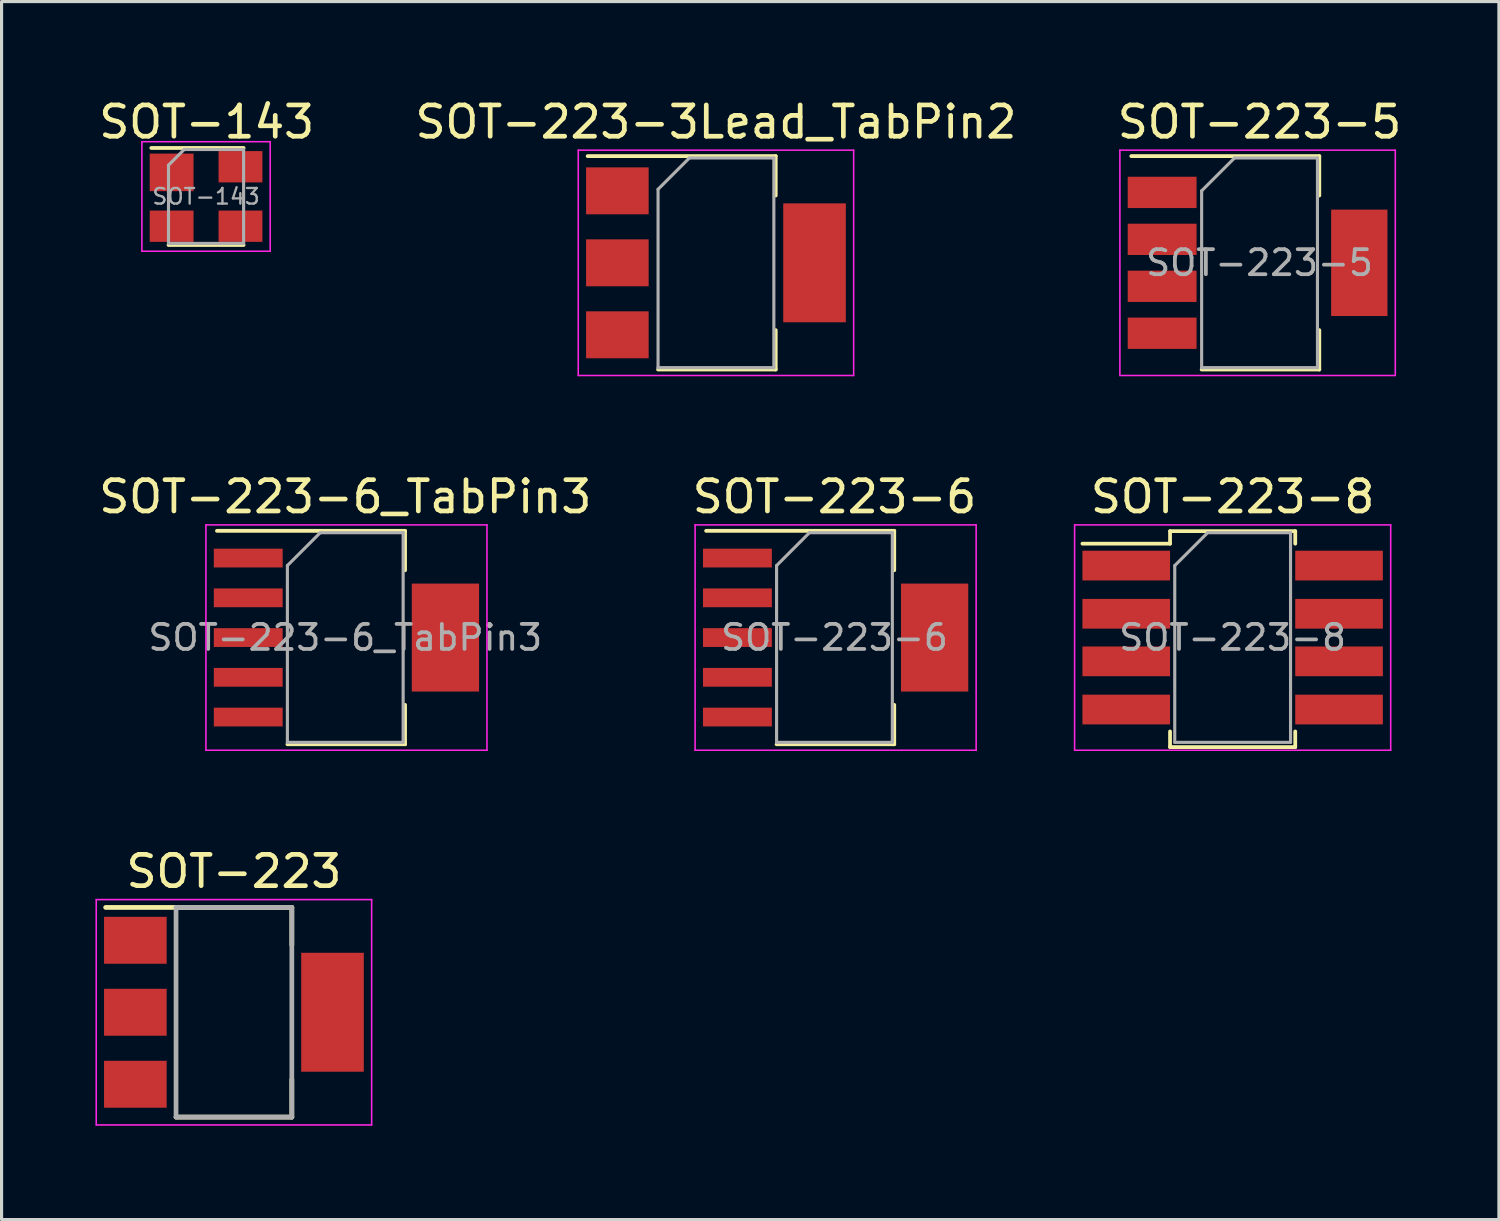
<source format=kicad_pcb>
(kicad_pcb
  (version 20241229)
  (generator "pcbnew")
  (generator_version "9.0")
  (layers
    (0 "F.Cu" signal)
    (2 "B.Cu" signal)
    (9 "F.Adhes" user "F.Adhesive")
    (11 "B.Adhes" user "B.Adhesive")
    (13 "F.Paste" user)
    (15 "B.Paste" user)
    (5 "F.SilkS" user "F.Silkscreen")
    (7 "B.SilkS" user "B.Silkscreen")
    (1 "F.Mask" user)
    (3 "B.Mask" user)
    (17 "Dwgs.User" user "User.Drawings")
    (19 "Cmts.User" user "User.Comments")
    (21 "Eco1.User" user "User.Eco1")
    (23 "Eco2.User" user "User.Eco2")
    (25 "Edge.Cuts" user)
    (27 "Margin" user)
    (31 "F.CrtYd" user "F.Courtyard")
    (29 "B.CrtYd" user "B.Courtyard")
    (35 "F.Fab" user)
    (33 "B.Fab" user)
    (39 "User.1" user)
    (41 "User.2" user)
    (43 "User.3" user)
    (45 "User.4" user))
  (footprint "SOT-223-5"
    (layer "F.Cu")
    (at 37.134 5.348)
    (property "Reference" "SOT-223-5" (at 0.062 -4.5 0) (layer "F.SilkS") (effects (font (size 1 1) (thickness 0.15))))
    (attr smd)
    (fp_line (start -4.037 -3.41) (end 1.972 -3.41) (stroke (width 0.12) (type solid)) (layer "F.SilkS"))
    (fp_line (start -1.788 3.41) (end 1.972 3.41) (stroke (width 0.12) (type solid)) (layer "F.SilkS"))
    (fp_line (start 1.972 -3.41) (end 1.972 -2.15) (stroke (width 0.12) (type solid)) (layer "F.SilkS"))
    (fp_line (start 1.972 3.41) (end 1.972 2.15) (stroke (width 0.12) (type solid)) (layer "F.SilkS"))
    (fp_line (start -4.4 -3.6) (end -4.4 3.6) (stroke (width 0.05) (type solid)) (layer "F.CrtYd"))
    (fp_line (start -4.4 -3.6) (end 4.4 -3.6) (stroke (width 0.05) (type solid)) (layer "F.CrtYd"))
    (fp_line (start 4.4 3.6) (end -4.4 3.6) (stroke (width 0.05) (type solid)) (layer "F.CrtYd"))
    (fp_line (start 4.4 3.6) (end 4.4 -3.6) (stroke (width 0.05) (type solid)) (layer "F.CrtYd"))
    (fp_line (start -1.788 -2.3) (end -1.788 3.35) (stroke (width 0.1) (type solid)) (layer "F.Fab"))
    (fp_line (start -1.788 -2.3) (end -0.738 -3.35) (stroke (width 0.1) (type solid)) (layer "F.Fab"))
    (fp_line (start -1.788 3.35) (end 1.913 3.35) (stroke (width 0.1) (type solid)) (layer "F.Fab"))
    (fp_line (start -0.738 -3.35) (end 1.913 -3.35) (stroke (width 0.1) (type solid)) (layer "F.Fab"))
    (fp_line (start 1.913 -3.35) (end 1.913 3.35) (stroke (width 0.1) (type solid)) (layer "F.Fab"))
    (fp_text user "${REFERENCE}" (at 0.062 0 0) (layer "F.Fab") (effects (font (size 0.8 0.8) (thickness 0.12))))
    (pad "1" smd rect (at -3.05 -2.25) (size 2.2 1) (layers "F.Cu" "F.Mask" "F.Paste"))
    (pad "2" smd rect (at -3.05 -0.75) (size 2.2 1) (layers "F.Cu" "F.Mask" "F.Paste"))
    (pad "3" smd rect (at -3.05 0.75) (size 2.2 1) (layers "F.Cu" "F.Mask" "F.Paste"))
    (pad "4" smd rect (at -3.05 2.25) (size 2.2 1) (layers "F.Cu" "F.Mask" "F.Paste"))
    (pad "5" smd rect (at 3.25 0) (size 1.8 3.4) (layers "F.Cu" "F.Mask" "F.Paste")))
  (footprint "SOT-223-6_TabPin3"
    (layer "F.Cu")
    (at 8.02 17.322)
    (property "Reference" "SOT-223-6_TabPin3" (at -0.037 -4.5 0) (layer "F.SilkS") (effects (font (size 1 1) (thickness 0.15))))
    (attr smd)
    (fp_line (start -4.138 -3.41) (end 1.873 -3.41) (stroke (width 0.12) (type solid)) (layer "F.SilkS"))
    (fp_line (start -1.887 3.41) (end 1.873 3.41) (stroke (width 0.12) (type solid)) (layer "F.SilkS"))
    (fp_line (start 1.873 -3.41) (end 1.873 -2.15) (stroke (width 0.12) (type solid)) (layer "F.SilkS"))
    (fp_line (start 1.873 3.41) (end 1.873 2.15) (stroke (width 0.12) (type solid)) (layer "F.SilkS"))
    (fp_line (start -4.49 -3.6) (end -4.49 3.6) (stroke (width 0.05) (type solid)) (layer "F.CrtYd"))
    (fp_line (start -4.49 -3.6) (end 4.49 -3.6) (stroke (width 0.05) (type solid)) (layer "F.CrtYd"))
    (fp_line (start 4.49 3.6) (end -4.49 3.6) (stroke (width 0.05) (type solid)) (layer "F.CrtYd"))
    (fp_line (start 4.49 3.6) (end 4.49 -3.6) (stroke (width 0.05) (type solid)) (layer "F.CrtYd"))
    (fp_line (start -1.887 -2.3) (end -1.887 3.35) (stroke (width 0.1) (type solid)) (layer "F.Fab"))
    (fp_line (start -1.887 -2.3) (end -0.838 -3.35) (stroke (width 0.1) (type solid)) (layer "F.Fab"))
    (fp_line (start -1.887 3.35) (end 1.812 3.35) (stroke (width 0.1) (type solid)) (layer "F.Fab"))
    (fp_line (start -0.838 -3.35) (end 1.812 -3.35) (stroke (width 0.1) (type solid)) (layer "F.Fab"))
    (fp_line (start 1.812 -3.35) (end 1.812 3.35) (stroke (width 0.1) (type solid)) (layer "F.Fab"))
    (fp_text user "${REFERENCE}" (at -0.037 0 0) (layer "F.Fab") (effects (font (size 0.8 0.8) (thickness 0.12))))
    (pad "1" smd rect (at -3.138 -2.54) (size 2.2 0.6) (layers "F.Cu" "F.Mask" "F.Paste"))
    (pad "2" smd rect (at -3.138 -1.27) (size 2.2 0.6) (layers "F.Cu" "F.Mask" "F.Paste"))
    (pad "3" smd rect (at -3.138 0) (size 2.2 0.6) (layers "F.Cu" "F.Mask" "F.Paste"))
    (pad "3" smd rect (at 3.163 0) (size 2.15 3.45) (layers "F.Cu" "F.Mask" "F.Paste"))
    (pad "4" smd rect (at -3.138 1.27) (size 2.2 0.6) (layers "F.Cu" "F.Mask" "F.Paste"))
    (pad "5" smd rect (at -3.138 2.54) (size 2.2 0.6) (layers "F.Cu" "F.Mask" "F.Paste")))
  (footprint "SOT-223"
    (layer "F.Cu")
    (at 4.425 29.295)
    (property "Reference" "SOT-223" (at 0 -4.5 0) (layer "F.SilkS") (effects (font (size 1 1) (thickness 0.15))))
    (attr smd)
    (fp_line (start -4.1 -3.35) (end 1.85 -3.35) (stroke (width 0.15) (type solid)) (layer "F.SilkS"))
    (fp_line (start -1.85 3.35) (end 1.85 3.35) (stroke (width 0.15) (type solid)) (layer "F.SilkS"))
    (fp_line (start 1.85 -3.35) (end 1.85 -2.15) (stroke (width 0.15) (type solid)) (layer "F.SilkS"))
    (fp_line (start 1.85 3.35) (end 1.85 2.15) (stroke (width 0.15) (type solid)) (layer "F.SilkS"))
    (fp_line (start -4.4 -3.6) (end -4.4 3.6) (stroke (width 0.05) (type solid)) (layer "F.CrtYd"))
    (fp_line (start -4.4 3.6) (end 4.4 3.6) (stroke (width 0.05) (type solid)) (layer "F.CrtYd"))
    (fp_line (start 4.4 -3.6) (end -4.4 -3.6) (stroke (width 0.05) (type solid)) (layer "F.CrtYd"))
    (fp_line (start 4.4 3.6) (end 4.4 -3.6) (stroke (width 0.05) (type solid)) (layer "F.CrtYd"))
    (fp_line (start -1.85 -3.35) (end -1.85 3.35) (stroke (width 0.15) (type solid)) (layer "F.Fab"))
    (fp_line (start -1.85 -3.35) (end 1.85 -3.35) (stroke (width 0.15) (type solid)) (layer "F.Fab"))
    (fp_line (start -1.85 3.35) (end 1.85 3.35) (stroke (width 0.15) (type solid)) (layer "F.Fab"))
    (fp_line (start 1.85 -3.35) (end 1.85 3.35) (stroke (width 0.15) (type solid)) (layer "F.Fab"))
    (pad "1" smd rect (at -3.15 -2.3) (size 2 1.5) (layers "F.Cu" "F.Mask" "F.Paste"))
    (pad "2" smd rect (at -3.15 0) (size 2 1.5) (layers "F.Cu" "F.Mask" "F.Paste"))
    (pad "3" smd rect (at -3.15 2.3) (size 2 1.5) (layers "F.Cu" "F.Mask" "F.Paste"))
    (pad "4" smd rect (at 3.15 0) (size 2 3.8) (layers "F.Cu" "F.Mask" "F.Paste")))
  (footprint "SOT-223-8"
    (layer "F.Cu")
    (at 36.337 17.322)
    (property "Reference" "SOT-223-8" (at 0 -4.5 0) (layer "F.SilkS") (effects (font (size 1 1) (thickness 0.15))))
    (attr smd)
    (fp_line (start -4.8 -3) (end -2 -3) (stroke (width 0.12) (type solid)) (layer "F.SilkS"))
    (fp_line (start -2 -3.4) (end 2 -3.4) (stroke (width 0.12) (type solid)) (layer "F.SilkS"))
    (fp_line (start -2 -3) (end -2 -3.4) (stroke (width 0.12) (type solid)) (layer "F.SilkS"))
    (fp_line (start -2 3.5) (end -2 3) (stroke (width 0.12) (type solid)) (layer "F.SilkS"))
    (fp_line (start 2 -3.4) (end 2 -3) (stroke (width 0.12) (type solid)) (layer "F.SilkS"))
    (fp_line (start 2 3) (end 2 3.5) (stroke (width 0.12) (type solid)) (layer "F.SilkS"))
    (fp_line (start 2 3.5) (end -2 3.5) (stroke (width 0.12) (type solid)) (layer "F.SilkS"))
    (fp_line (start -5.05 -3.6) (end -5.05 3.6) (stroke (width 0.05) (type solid)) (layer "F.CrtYd"))
    (fp_line (start -5.05 -3.6) (end 5.05 -3.6) (stroke (width 0.05) (type solid)) (layer "F.CrtYd"))
    (fp_line (start 5.05 3.6) (end -5.05 3.6) (stroke (width 0.05) (type solid)) (layer "F.CrtYd"))
    (fp_line (start 5.05 3.6) (end 5.05 -3.6) (stroke (width 0.05) (type solid)) (layer "F.CrtYd"))
    (fp_line (start -1.85 -2.3) (end -1.85 3.35) (stroke (width 0.1) (type solid)) (layer "F.Fab"))
    (fp_line (start -1.85 -2.3) (end -0.8 -3.35) (stroke (width 0.1) (type solid)) (layer "F.Fab"))
    (fp_line (start -1.85 3.35) (end 1.85 3.35) (stroke (width 0.1) (type solid)) (layer "F.Fab"))
    (fp_line (start -0.8 -3.35) (end 1.85 -3.35) (stroke (width 0.1) (type solid)) (layer "F.Fab"))
    (fp_line (start 1.85 -3.35) (end 1.85 3.35) (stroke (width 0.1) (type solid)) (layer "F.Fab"))
    (fp_text user "${REFERENCE}" (at 0 0 0) (layer "F.Fab") (effects (font (size 0.8 0.8) (thickness 0.12))))
    (pad "1" smd rect (at -3.4 -2.3) (size 2.8 0.95) (layers "F.Cu" "F.Mask" "F.Paste"))
    (pad "2" smd rect (at -3.4 -0.76) (size 2.8 0.95) (layers "F.Cu" "F.Mask" "F.Paste"))
    (pad "3" smd rect (at -3.4 0.76) (size 2.8 0.95) (layers "F.Cu" "F.Mask" "F.Paste"))
    (pad "4" smd rect (at -3.4 2.3) (size 2.8 0.95) (layers "F.Cu" "F.Mask" "F.Paste"))
    (pad "5" smd rect (at 3.4 2.3) (size 2.8 0.95) (layers "F.Cu" "F.Mask" "F.Paste"))
    (pad "6" smd rect (at 3.4 0.76) (size 2.8 0.95) (layers "F.Cu" "F.Mask" "F.Paste"))
    (pad "7" smd rect (at 3.4 -0.76) (size 2.8 0.95) (layers "F.Cu" "F.Mask" "F.Paste"))
    (pad "8" smd rect (at 3.4 -2.3) (size 2.8 0.95) (layers "F.Cu" "F.Mask" "F.Paste")))
  (footprint "SOT-223-6"
    (layer "F.Cu")
    (at 23.651 17.322)
    (property "Reference" "SOT-223-6" (at -0.037 -4.5 0) (layer "F.SilkS") (effects (font (size 1 1) (thickness 0.15))))
    (attr smd)
    (fp_line (start -4.138 -3.41) (end 1.873 -3.41) (stroke (width 0.12) (type solid)) (layer "F.SilkS"))
    (fp_line (start -1.887 3.41) (end 1.873 3.41) (stroke (width 0.12) (type solid)) (layer "F.SilkS"))
    (fp_line (start 1.873 -3.41) (end 1.873 -2.15) (stroke (width 0.12) (type solid)) (layer "F.SilkS"))
    (fp_line (start 1.873 3.41) (end 1.873 2.15) (stroke (width 0.12) (type solid)) (layer "F.SilkS"))
    (fp_line (start -4.49 -3.6) (end -4.49 3.6) (stroke (width 0.05) (type solid)) (layer "F.CrtYd"))
    (fp_line (start -4.49 -3.6) (end 4.49 -3.6) (stroke (width 0.05) (type solid)) (layer "F.CrtYd"))
    (fp_line (start 4.49 3.6) (end -4.49 3.6) (stroke (width 0.05) (type solid)) (layer "F.CrtYd"))
    (fp_line (start 4.49 3.6) (end 4.49 -3.6) (stroke (width 0.05) (type solid)) (layer "F.CrtYd"))
    (fp_line (start -1.887 -2.3) (end -1.887 3.35) (stroke (width 0.1) (type solid)) (layer "F.Fab"))
    (fp_line (start -1.887 -2.3) (end -0.838 -3.35) (stroke (width 0.1) (type solid)) (layer "F.Fab"))
    (fp_line (start -1.887 3.35) (end 1.812 3.35) (stroke (width 0.1) (type solid)) (layer "F.Fab"))
    (fp_line (start -0.838 -3.35) (end 1.812 -3.35) (stroke (width 0.1) (type solid)) (layer "F.Fab"))
    (fp_line (start 1.812 -3.35) (end 1.812 3.35) (stroke (width 0.1) (type solid)) (layer "F.Fab"))
    (fp_text user "${REFERENCE}" (at -0.037 0 0) (layer "F.Fab") (effects (font (size 0.8 0.8) (thickness 0.12))))
    (pad "1" smd rect (at -3.138 -2.54) (size 2.2 0.6) (layers "F.Cu" "F.Mask" "F.Paste"))
    (pad "2" smd rect (at -3.138 -1.27) (size 2.2 0.6) (layers "F.Cu" "F.Mask" "F.Paste"))
    (pad "3" smd rect (at -3.138 0) (size 2.2 0.6) (layers "F.Cu" "F.Mask" "F.Paste"))
    (pad "3" smd rect (at 3.163 0) (size 2.15 3.45) (layers "F.Cu" "F.Mask" "F.Paste"))
    (pad "4" smd rect (at -3.138 1.27) (size 2.2 0.6) (layers "F.Cu" "F.Mask" "F.Paste"))
    (pad "5" smd rect (at -3.138 2.54) (size 2.2 0.6) (layers "F.Cu" "F.Mask" "F.Paste")))
  (footprint "SOT-143"
    (layer "F.Cu")
    (at 3.534 3.228)
    (property "Reference" "SOT-143" (at 0.02 -2.38 0) (layer "F.SilkS") (effects (font (size 1 1) (thickness 0.15))))
    (attr smd)
    (fp_line (start -1.2 1.55) (end 1.2 1.55) (stroke (width 0.12) (type solid)) (layer "F.SilkS"))
    (fp_line (start 1.2 -1.55) (end -1.75 -1.55) (stroke (width 0.12) (type solid)) (layer "F.SilkS"))
    (fp_line (start -2.05 1.75) (end -2.05 -1.75) (stroke (width 0.05) (type solid)) (layer "F.CrtYd"))
    (fp_line (start -2.05 1.75) (end 2.05 1.75) (stroke (width 0.05) (type solid)) (layer "F.CrtYd"))
    (fp_line (start 2.05 -1.75) (end -2.05 -1.75) (stroke (width 0.05) (type solid)) (layer "F.CrtYd"))
    (fp_line (start 2.05 -1.75) (end 2.05 1.75) (stroke (width 0.05) (type solid)) (layer "F.CrtYd"))
    (fp_line (start -1.2 -1) (end -0.7 -1.5) (stroke (width 0.1) (type solid)) (layer "F.Fab"))
    (fp_line (start -1.2 1.5) (end -1.2 -1) (stroke (width 0.1) (type solid)) (layer "F.Fab"))
    (fp_line (start -0.7 -1.5) (end 1.2 -1.5) (stroke (width 0.1) (type solid)) (layer "F.Fab"))
    (fp_line (start 1.2 -1.5) (end 1.2 1.5) (stroke (width 0.1) (type solid)) (layer "F.Fab"))
    (fp_line (start 1.2 1.5) (end -1.2 1.5) (stroke (width 0.1) (type solid)) (layer "F.Fab"))
    (fp_text user "${REFERENCE}" (at 0 0 0) (layer "F.Fab") (effects (font (size 0.5 0.5) (thickness 0.075))))
    (pad "1" smd rect (at -1.1 -0.77 270) (size 1.2 1.4) (layers "F.Cu" "F.Mask" "F.Paste"))
    (pad "2" smd rect (at -1.1 0.95 270) (size 1 1.4) (layers "F.Cu" "F.Mask" "F.Paste"))
    (pad "3" smd rect (at 1.1 0.95 270) (size 1 1.4) (layers "F.Cu" "F.Mask" "F.Paste"))
    (pad "4" smd rect (at 1.1 -0.95 270) (size 1 1.4) (layers "F.Cu" "F.Mask" "F.Paste")))
  (footprint "SOT-223-3Lead_TabPin2"
    (layer "F.Cu")
    (at 19.827 5.348)
    (property "Reference" "SOT-223-3Lead_TabPin2" (at 0 -4.5 0) (layer "F.SilkS") (effects (font (size 1 1) (thickness 0.15))))
    (attr smd)
    (fp_line (start -4.1 -3.41) (end 1.91 -3.41) (stroke (width 0.12) (type solid)) (layer "F.SilkS"))
    (fp_line (start -1.85 3.41) (end 1.91 3.41) (stroke (width 0.12) (type solid)) (layer "F.SilkS"))
    (fp_line (start 1.91 -3.41) (end 1.91 -2.15) (stroke (width 0.12) (type solid)) (layer "F.SilkS"))
    (fp_line (start 1.91 3.41) (end 1.91 2.15) (stroke (width 0.12) (type solid)) (layer "F.SilkS"))
    (fp_line (start -4.4 -3.6) (end -4.4 3.6) (stroke (width 0.05) (type solid)) (layer "F.CrtYd"))
    (fp_line (start -4.4 3.6) (end 4.4 3.6) (stroke (width 0.05) (type solid)) (layer "F.CrtYd"))
    (fp_line (start 4.4 -3.6) (end -4.4 -3.6) (stroke (width 0.05) (type solid)) (layer "F.CrtYd"))
    (fp_line (start 4.4 3.6) (end 4.4 -3.6) (stroke (width 0.05) (type solid)) (layer "F.CrtYd"))
    (fp_line (start -1.85 -2.35) (end -1.85 3.35) (stroke (width 0.1) (type solid)) (layer "F.Fab"))
    (fp_line (start -1.85 -2.35) (end -0.85 -3.35) (stroke (width 0.1) (type solid)) (layer "F.Fab"))
    (fp_line (start -1.85 3.35) (end 1.85 3.35) (stroke (width 0.1) (type solid)) (layer "F.Fab"))
    (fp_line (start -0.85 -3.35) (end 1.85 -3.35) (stroke (width 0.1) (type solid)) (layer "F.Fab"))
    (fp_line (start 1.85 -3.35) (end 1.85 3.35) (stroke (width 0.1) (type solid)) (layer "F.Fab"))
    (pad "1" smd rect (at -3.15 -2.3) (size 2 1.5) (layers "F.Cu" "F.Mask" "F.Paste"))
    (pad "2" smd rect (at -3.15 0) (size 2 1.5) (layers "F.Cu" "F.Mask" "F.Paste"))
    (pad "2" smd rect (at 3.15 0) (size 2 3.8) (layers "F.Cu" "F.Mask" "F.Paste"))
    (pad "3" smd rect (at -3.15 2.3) (size 2 1.5) (layers "F.Cu" "F.Mask" "F.Paste")))
  (gr_rect
    (start -3 -3)
    (end 44.845 35.92)
    (stroke (width 0.1) (type default))
    (fill no)
    (layer "Edge.Cuts")))
</source>
